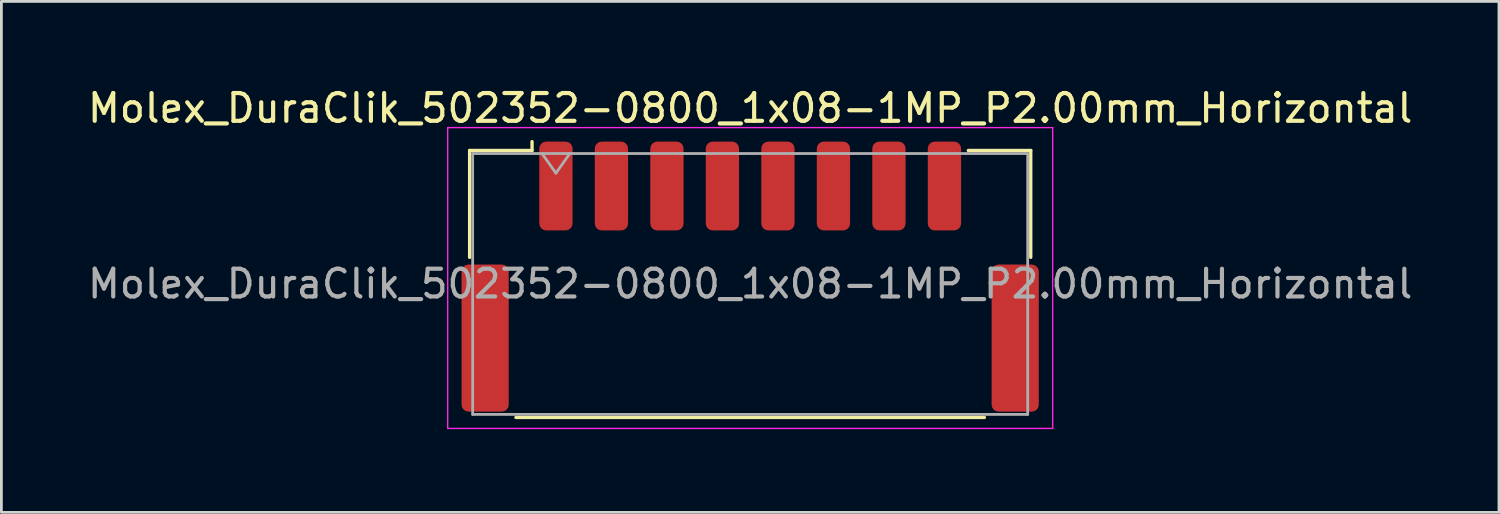
<source format=kicad_pcb>
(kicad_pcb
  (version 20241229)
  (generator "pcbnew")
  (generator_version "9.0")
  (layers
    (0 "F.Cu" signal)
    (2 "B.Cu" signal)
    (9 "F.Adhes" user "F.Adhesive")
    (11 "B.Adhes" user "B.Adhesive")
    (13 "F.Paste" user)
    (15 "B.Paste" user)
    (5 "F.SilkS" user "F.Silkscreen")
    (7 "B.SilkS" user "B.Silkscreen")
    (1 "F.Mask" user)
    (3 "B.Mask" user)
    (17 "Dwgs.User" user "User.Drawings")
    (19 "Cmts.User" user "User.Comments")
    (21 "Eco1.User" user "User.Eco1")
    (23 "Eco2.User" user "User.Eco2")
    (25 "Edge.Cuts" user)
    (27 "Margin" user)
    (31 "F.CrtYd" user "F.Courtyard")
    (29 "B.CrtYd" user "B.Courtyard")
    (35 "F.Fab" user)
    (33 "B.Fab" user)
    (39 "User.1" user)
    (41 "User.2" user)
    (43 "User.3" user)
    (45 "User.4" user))
  (footprint "Molex_DuraClik_502352-0800_1x08-1MP_P2.00mm_Horizontal"
    (layer "F.Cu")
    (at 23.982 6.918)
    (property "Reference" "Molex_DuraClik_502352-0800_1x08-1MP_P2.00mm_Horizontal" (at 0 -6.07 0) (layer "F.SilkS") (effects (font (size 1 1) (thickness 0.15))))
    (attr smd)
    (fp_line (start -10.11 -4.545) (end -7.86 -4.545) (stroke (width 0.12) (type solid)) (layer "F.SilkS"))
    (fp_line (start -10.11 -0.695) (end -10.11 -4.545) (stroke (width 0.12) (type solid)) (layer "F.SilkS"))
    (fp_line (start -8.44 5.075) (end 8.44 5.075) (stroke (width 0.12) (type solid)) (layer "F.SilkS"))
    (fp_line (start -7.86 -4.545) (end -7.86 -4.865) (stroke (width 0.12) (type solid)) (layer "F.SilkS"))
    (fp_line (start 10.11 -4.545) (end 7.86 -4.545) (stroke (width 0.12) (type solid)) (layer "F.SilkS"))
    (fp_line (start 10.11 -0.695) (end 10.11 -4.545) (stroke (width 0.12) (type solid)) (layer "F.SilkS"))
    (fp_line (start -10.9 -5.37) (end -10.9 5.47) (stroke (width 0.05) (type solid)) (layer "F.CrtYd"))
    (fp_line (start -10.9 5.47) (end 10.9 5.47) (stroke (width 0.05) (type solid)) (layer "F.CrtYd"))
    (fp_line (start 10.9 -5.37) (end -10.9 -5.37) (stroke (width 0.05) (type solid)) (layer "F.CrtYd"))
    (fp_line (start 10.9 5.47) (end 10.9 -5.37) (stroke (width 0.05) (type solid)) (layer "F.CrtYd"))
    (fp_line (start -10 -4.435) (end -10 4.965) (stroke (width 0.1) (type solid)) (layer "F.Fab"))
    (fp_line (start -10 -4.435) (end 10 -4.435) (stroke (width 0.1) (type solid)) (layer "F.Fab"))
    (fp_line (start -10 4.965) (end 10 4.965) (stroke (width 0.1) (type solid)) (layer "F.Fab"))
    (fp_line (start -7.5 -4.435) (end -7 -3.728) (stroke (width 0.1) (type solid)) (layer "F.Fab"))
    (fp_line (start -7 -3.728) (end -6.5 -4.435) (stroke (width 0.1) (type solid)) (layer "F.Fab"))
    (fp_line (start 10 -4.435) (end 10 4.965) (stroke (width 0.1) (type solid)) (layer "F.Fab"))
    (fp_text user "${REFERENCE}" (at 0 0.26 0) (layer "F.Fab") (effects (font (size 1 1) (thickness 0.15))))
    (pad "1" smd roundrect (at -7 -3.265) (size 1.2 3.2) (layers "F.Cu" "F.Mask" "F.Paste") (roundrect_rratio 0.208))
    (pad "2" smd roundrect (at -5 -3.265) (size 1.2 3.2) (layers "F.Cu" "F.Mask" "F.Paste") (roundrect_rratio 0.208))
    (pad "3" smd roundrect (at -3 -3.265) (size 1.2 3.2) (layers "F.Cu" "F.Mask" "F.Paste") (roundrect_rratio 0.208))
    (pad "4" smd roundrect (at -1 -3.265) (size 1.2 3.2) (layers "F.Cu" "F.Mask" "F.Paste") (roundrect_rratio 0.208))
    (pad "5" smd roundrect (at 1 -3.265) (size 1.2 3.2) (layers "F.Cu" "F.Mask" "F.Paste") (roundrect_rratio 0.208))
    (pad "6" smd roundrect (at 3 -3.265) (size 1.2 3.2) (layers "F.Cu" "F.Mask" "F.Paste") (roundrect_rratio 0.208))
    (pad "7" smd roundrect (at 5 -3.265) (size 1.2 3.2) (layers "F.Cu" "F.Mask" "F.Paste") (roundrect_rratio 0.208))
    (pad "8" smd roundrect (at 7 -3.265) (size 1.2 3.2) (layers "F.Cu" "F.Mask" "F.Paste") (roundrect_rratio 0.208))
    (pad "MP" smd roundrect (at -9.55 2.215) (size 1.7 5.3) (layers "F.Cu" "F.Mask" "F.Paste") (roundrect_rratio 0.147))
    (pad "MP" smd roundrect (at 9.55 2.215) (size 1.7 5.3) (layers "F.Cu" "F.Mask" "F.Paste") (roundrect_rratio 0.147)))
  (gr_rect
    (start -3 -3)
    (end 50.964 15.413)
    (stroke (width 0.1) (type default))
    (fill no)
    (layer "Edge.Cuts")))
</source>
